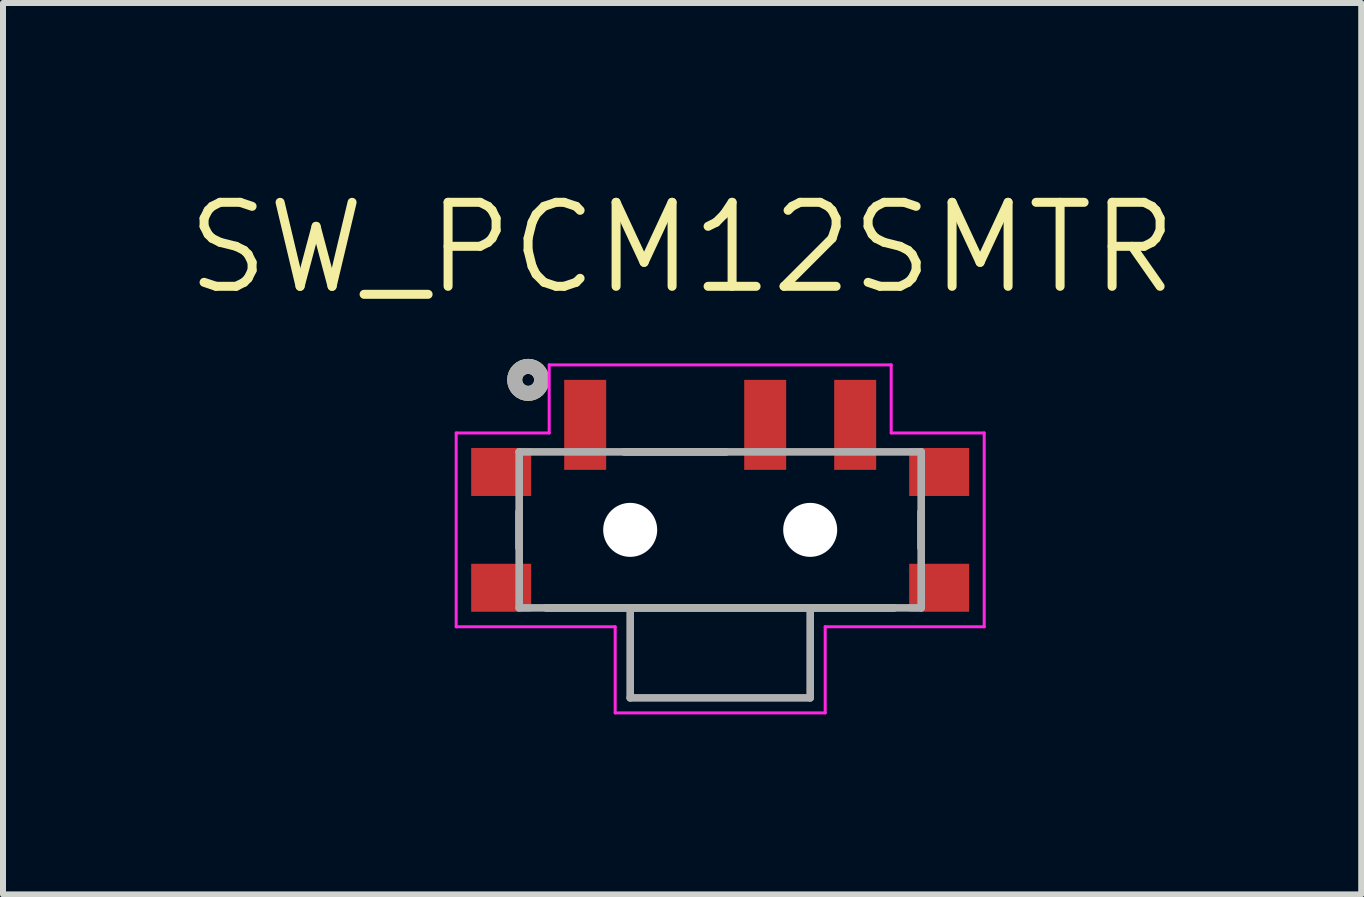
<source format=kicad_pcb>
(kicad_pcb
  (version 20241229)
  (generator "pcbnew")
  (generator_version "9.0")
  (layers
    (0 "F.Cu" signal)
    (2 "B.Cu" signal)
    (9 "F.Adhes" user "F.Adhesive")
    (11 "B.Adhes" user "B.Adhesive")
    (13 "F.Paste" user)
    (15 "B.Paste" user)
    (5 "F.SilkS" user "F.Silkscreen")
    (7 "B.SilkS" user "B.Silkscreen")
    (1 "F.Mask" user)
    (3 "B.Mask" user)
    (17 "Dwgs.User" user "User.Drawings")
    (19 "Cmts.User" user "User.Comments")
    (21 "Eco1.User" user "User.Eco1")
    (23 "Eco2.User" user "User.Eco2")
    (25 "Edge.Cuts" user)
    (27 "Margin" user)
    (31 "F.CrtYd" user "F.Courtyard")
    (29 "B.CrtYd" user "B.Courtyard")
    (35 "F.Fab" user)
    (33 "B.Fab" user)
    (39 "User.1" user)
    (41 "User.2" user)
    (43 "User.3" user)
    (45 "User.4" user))
  (footprint "SW_PCM12SMTR"
    (layer "F.Cu")
    (at 8.953 5.781)
    (property "Reference" "SW_PCM12SMTR" (at -0.635 -4.699 0) (layer "F.SilkS") (effects (font (size 1.4 1.4) (thickness 0.15))))
    (attr through_hole)
    (fp_line (start -3.35 0.3) (end -3.35 -0.3) (stroke (width 0.127) (type solid)) (layer "F.SilkS"))
    (fp_line (start -2.9 1.3) (end 2.9 1.3) (stroke (width 0.127) (type solid)) (layer "F.SilkS"))
    (fp_line (start -1.6 -1.3) (end 0.1 -1.3) (stroke (width 0.127) (type solid)) (layer "F.SilkS"))
    (fp_line (start 3.35 -0.3) (end 3.35 0.3) (stroke (width 0.127) (type solid)) (layer "F.SilkS"))
    (fp_circle (center -3.2 -2.5) (end -3.1 -2.5) (stroke (width 0.25) (type solid)) (fill no) (layer "F.SilkS"))
    (fp_line (start -4.4 -1.615) (end -2.85 -1.615) (stroke (width 0.05) (type solid)) (layer "F.CrtYd"))
    (fp_line (start -4.4 1.615) (end -4.4 -1.615) (stroke (width 0.05) (type solid)) (layer "F.CrtYd"))
    (fp_line (start -2.85 -2.75) (end 2.85 -2.75) (stroke (width 0.05) (type solid)) (layer "F.CrtYd"))
    (fp_line (start -2.85 -1.615) (end -2.85 -2.75) (stroke (width 0.05) (type solid)) (layer "F.CrtYd"))
    (fp_line (start -1.75 1.615) (end -4.4 1.615) (stroke (width 0.05) (type solid)) (layer "F.CrtYd"))
    (fp_line (start -1.75 3.05) (end -1.75 1.615) (stroke (width 0.05) (type solid)) (layer "F.CrtYd"))
    (fp_line (start 1.75 1.615) (end 1.75 3.05) (stroke (width 0.05) (type solid)) (layer "F.CrtYd"))
    (fp_line (start 1.75 3.05) (end -1.75 3.05) (stroke (width 0.05) (type solid)) (layer "F.CrtYd"))
    (fp_line (start 2.85 -2.75) (end 2.85 -1.615) (stroke (width 0.05) (type solid)) (layer "F.CrtYd"))
    (fp_line (start 2.85 -1.615) (end 4.4 -1.615) (stroke (width 0.05) (type solid)) (layer "F.CrtYd"))
    (fp_line (start 4.4 -1.615) (end 4.4 1.615) (stroke (width 0.05) (type solid)) (layer "F.CrtYd"))
    (fp_line (start 4.4 1.615) (end 1.75 1.615) (stroke (width 0.05) (type solid)) (layer "F.CrtYd"))
    (fp_line (start -3.35 -1.3) (end 3.35 -1.3) (stroke (width 0.127) (type solid)) (layer "F.Fab"))
    (fp_line (start -3.35 1.3) (end -3.35 -1.3) (stroke (width 0.127) (type solid)) (layer "F.Fab"))
    (fp_line (start -1.5 1.3) (end -3.35 1.3) (stroke (width 0.127) (type solid)) (layer "F.Fab"))
    (fp_line (start -1.5 1.3) (end -1.5 2.8) (stroke (width 0.127) (type solid)) (layer "F.Fab"))
    (fp_line (start -1.5 2.8) (end 1.5 2.8) (stroke (width 0.127) (type solid)) (layer "F.Fab"))
    (fp_line (start 1.5 1.3) (end -1.5 1.3) (stroke (width 0.127) (type solid)) (layer "F.Fab"))
    (fp_line (start 1.5 2.8) (end 1.5 1.3) (stroke (width 0.127) (type solid)) (layer "F.Fab"))
    (fp_line (start 3.35 -1.3) (end 3.35 1.3) (stroke (width 0.127) (type solid)) (layer "F.Fab"))
    (fp_line (start 3.35 1.3) (end 1.5 1.3) (stroke (width 0.127) (type solid)) (layer "F.Fab"))
    (fp_circle (center -3.2 -2.5) (end -3.1 -2.5) (stroke (width 0.25) (type solid)) (fill no) (layer "F.Fab"))
    (pad "" np_thru_hole circle (at -1.5 0) (size 0.9 0.9) (drill 0.9) (layers "*.Cu" "*.Mask"))
    (pad "" np_thru_hole circle (at 1.5 0) (size 0.9 0.9) (drill 0.9) (layers "*.Cu" "*.Mask"))
    (pad "1" smd rect (at -2.25 -1.75) (size 0.7 1.5) (layers "F.Cu" "F.Mask" "F.Paste"))
    (pad "2" smd rect (at 0.75 -1.75) (size 0.7 1.5) (layers "F.Cu" "F.Mask" "F.Paste"))
    (pad "3" smd rect (at 2.25 -1.75) (size 0.7 1.5) (layers "F.Cu" "F.Mask" "F.Paste"))
    (pad "S1" smd rect (at -3.65 -0.965) (size 1 0.8) (layers "F.Cu" "F.Mask" "F.Paste"))
    (pad "S2" smd rect (at -3.65 0.965) (size 1 0.8) (layers "F.Cu" "F.Mask" "F.Paste"))
    (pad "S3" smd rect (at 3.65 0.965) (size 1 0.8) (layers "F.Cu" "F.Mask" "F.Paste"))
    (pad "S4" smd rect (at 3.65 -0.965) (size 1 0.8) (layers "F.Cu" "F.Mask" "F.Paste")))
  (gr_rect
    (start -3 -3)
    (end 19.637 11.856)
    (stroke (width 0.1) (type default))
    (fill no)
    (layer "Edge.Cuts")))
</source>
